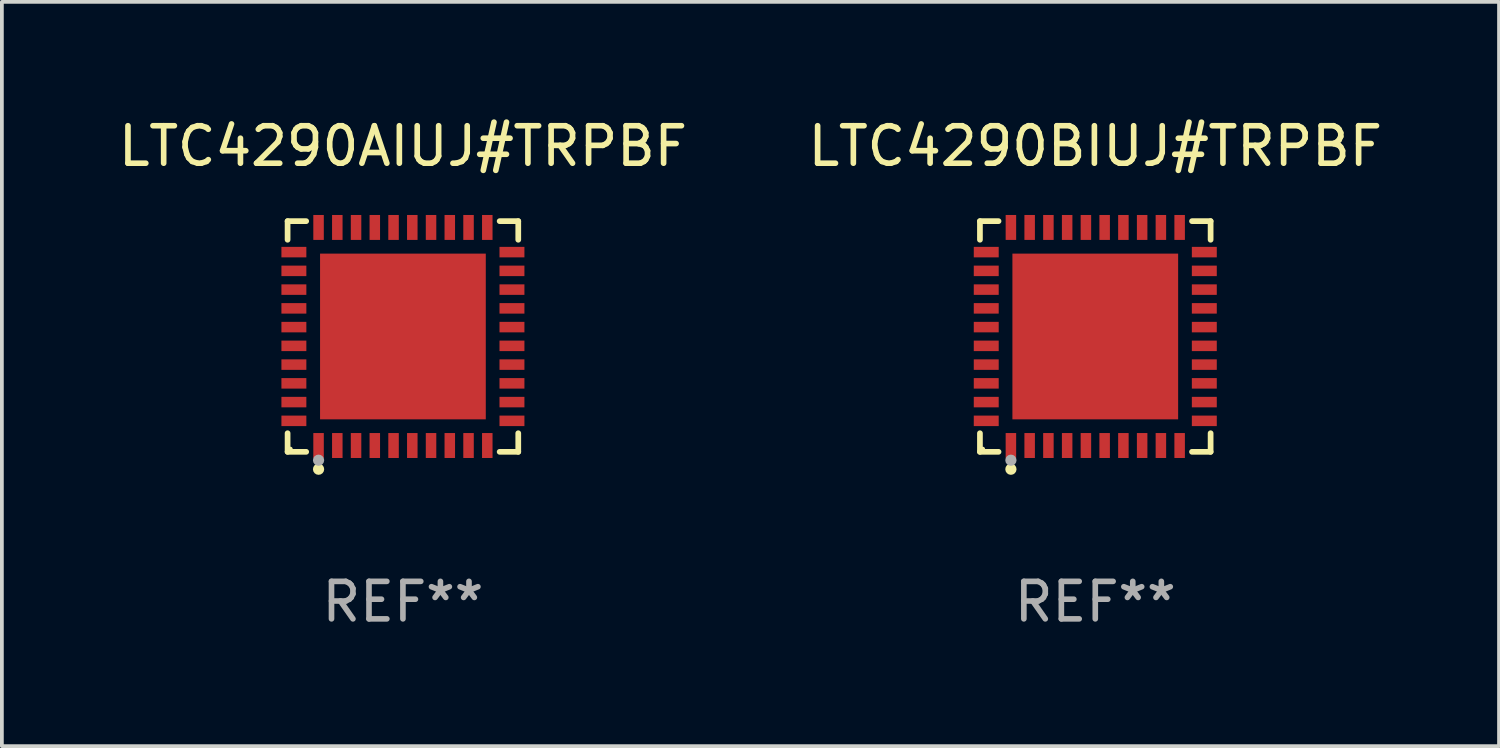
<source format=kicad_pcb>
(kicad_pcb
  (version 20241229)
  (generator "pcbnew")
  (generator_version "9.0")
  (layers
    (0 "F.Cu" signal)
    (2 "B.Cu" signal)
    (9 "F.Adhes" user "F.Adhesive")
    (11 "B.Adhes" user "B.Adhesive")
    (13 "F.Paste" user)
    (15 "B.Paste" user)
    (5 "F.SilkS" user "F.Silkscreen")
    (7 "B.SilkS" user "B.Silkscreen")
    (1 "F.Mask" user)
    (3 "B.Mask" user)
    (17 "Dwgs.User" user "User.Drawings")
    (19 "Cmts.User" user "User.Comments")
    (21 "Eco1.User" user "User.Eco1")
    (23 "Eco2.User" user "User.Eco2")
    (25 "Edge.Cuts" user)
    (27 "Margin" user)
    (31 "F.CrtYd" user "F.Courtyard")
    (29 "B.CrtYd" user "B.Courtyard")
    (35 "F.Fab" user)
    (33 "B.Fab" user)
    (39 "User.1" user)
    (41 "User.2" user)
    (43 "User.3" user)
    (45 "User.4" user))
  (footprint "LTC4290AIUJ#TRPBF"
    (layer "F.Cu")
    (at 7.696 5.924)
    (property "Reference" "LTC4290AIUJ#TRPBF" (at 0 -5.076 0) (layer "F.SilkS") (effects (font (size 1 1) (thickness 0.15))))
    (attr through_hole)
    (fp_line (start -3.076 -3.076) (end -2.58 -3.076) (stroke (width 0.152) (type solid)) (layer "F.SilkS"))
    (fp_line (start -3.076 -2.58) (end -3.076 -3.076) (stroke (width 0.152) (type solid)) (layer "F.SilkS"))
    (fp_line (start -3.076 2.58) (end -3.076 3.076) (stroke (width 0.152) (type solid)) (layer "F.SilkS"))
    (fp_line (start -3.076 3.076) (end -2.58 3.076) (stroke (width 0.152) (type solid)) (layer "F.SilkS"))
    (fp_line (start 3.076 -3.076) (end 2.58 -3.076) (stroke (width 0.152) (type solid)) (layer "F.SilkS"))
    (fp_line (start 3.076 -2.58) (end 3.076 -3.076) (stroke (width 0.152) (type solid)) (layer "F.SilkS"))
    (fp_line (start 3.076 2.58) (end 3.076 3.076) (stroke (width 0.152) (type solid)) (layer "F.SilkS"))
    (fp_line (start 3.076 3.076) (end 2.58 3.076) (stroke (width 0.152) (type solid)) (layer "F.SilkS"))
    (fp_circle (center -3 3) (end -2.97 3) (stroke (width 0.06) (type solid)) (fill no) (layer "F.SilkS"))
    (fp_circle (center -2.25 3.54) (end -2.175 3.54) (stroke (width 0.15) (type solid)) (fill no) (layer "F.SilkS"))
    (fp_circle (center -2.25 3.3) (end -2.175 3.3) (stroke (width 0.15) (type solid)) (fill no) (layer "F.Fab"))
    (fp_text user "REF**" (at 0 7.076 0) (layer "F.Fab") (effects (font (size 1 1) (thickness 0.15))))
    (pad "1" smd rect (at -2.25 2.908) (size 0.28 0.665) (layers "F.Cu" "F.Mask" "F.Paste"))
    (pad "2" smd rect (at -1.75 2.908) (size 0.28 0.665) (layers "F.Cu" "F.Mask" "F.Paste"))
    (pad "3" smd rect (at -1.25 2.908) (size 0.28 0.665) (layers "F.Cu" "F.Mask" "F.Paste"))
    (pad "4" smd rect (at -0.75 2.908) (size 0.28 0.665) (layers "F.Cu" "F.Mask" "F.Paste"))
    (pad "5" smd rect (at -0.25 2.908) (size 0.28 0.665) (layers "F.Cu" "F.Mask" "F.Paste"))
    (pad "6" smd rect (at 0.25 2.908) (size 0.28 0.665) (layers "F.Cu" "F.Mask" "F.Paste"))
    (pad "7" smd rect (at 0.75 2.908) (size 0.28 0.665) (layers "F.Cu" "F.Mask" "F.Paste"))
    (pad "8" smd rect (at 1.25 2.908) (size 0.28 0.665) (layers "F.Cu" "F.Mask" "F.Paste"))
    (pad "9" smd rect (at 1.75 2.908) (size 0.28 0.665) (layers "F.Cu" "F.Mask" "F.Paste"))
    (pad "10" smd rect (at 2.25 2.908) (size 0.28 0.665) (layers "F.Cu" "F.Mask" "F.Paste"))
    (pad "11" smd rect (at 2.908 2.25) (size 0.665 0.28) (layers "F.Cu" "F.Mask" "F.Paste"))
    (pad "12" smd rect (at 2.908 1.75) (size 0.665 0.28) (layers "F.Cu" "F.Mask" "F.Paste"))
    (pad "13" smd rect (at 2.908 1.25) (size 0.665 0.28) (layers "F.Cu" "F.Mask" "F.Paste"))
    (pad "14" smd rect (at 2.908 0.75) (size 0.665 0.28) (layers "F.Cu" "F.Mask" "F.Paste"))
    (pad "15" smd rect (at 2.908 0.25) (size 0.665 0.28) (layers "F.Cu" "F.Mask" "F.Paste"))
    (pad "16" smd rect (at 2.908 -0.25) (size 0.665 0.28) (layers "F.Cu" "F.Mask" "F.Paste"))
    (pad "17" smd rect (at 2.908 -0.75) (size 0.665 0.28) (layers "F.Cu" "F.Mask" "F.Paste"))
    (pad "18" smd rect (at 2.908 -1.25) (size 0.665 0.28) (layers "F.Cu" "F.Mask" "F.Paste"))
    (pad "19" smd rect (at 2.908 -1.75) (size 0.665 0.28) (layers "F.Cu" "F.Mask" "F.Paste"))
    (pad "20" smd rect (at 2.908 -2.25) (size 0.665 0.28) (layers "F.Cu" "F.Mask" "F.Paste"))
    (pad "21" smd rect (at 2.25 -2.908) (size 0.28 0.665) (layers "F.Cu" "F.Mask" "F.Paste"))
    (pad "22" smd rect (at 1.75 -2.908) (size 0.28 0.665) (layers "F.Cu" "F.Mask" "F.Paste"))
    (pad "23" smd rect (at 1.25 -2.908) (size 0.28 0.665) (layers "F.Cu" "F.Mask" "F.Paste"))
    (pad "24" smd rect (at 0.75 -2.908) (size 0.28 0.665) (layers "F.Cu" "F.Mask" "F.Paste"))
    (pad "25" smd rect (at 0.25 -2.908) (size 0.28 0.665) (layers "F.Cu" "F.Mask" "F.Paste"))
    (pad "26" smd rect (at -0.25 -2.908) (size 0.28 0.665) (layers "F.Cu" "F.Mask" "F.Paste"))
    (pad "27" smd rect (at -0.75 -2.908) (size 0.28 0.665) (layers "F.Cu" "F.Mask" "F.Paste"))
    (pad "28" smd rect (at -1.25 -2.908) (size 0.28 0.665) (layers "F.Cu" "F.Mask" "F.Paste"))
    (pad "29" smd rect (at -1.75 -2.908) (size 0.28 0.665) (layers "F.Cu" "F.Mask" "F.Paste"))
    (pad "30" smd rect (at -2.25 -2.908) (size 0.28 0.665) (layers "F.Cu" "F.Mask" "F.Paste"))
    (pad "31" smd rect (at -2.908 -2.25) (size 0.665 0.28) (layers "F.Cu" "F.Mask" "F.Paste"))
    (pad "32" smd rect (at -2.908 -1.75) (size 0.665 0.28) (layers "F.Cu" "F.Mask" "F.Paste"))
    (pad "33" smd rect (at -2.908 -1.25) (size 0.665 0.28) (layers "F.Cu" "F.Mask" "F.Paste"))
    (pad "34" smd rect (at -2.908 -0.75) (size 0.665 0.28) (layers "F.Cu" "F.Mask" "F.Paste"))
    (pad "35" smd rect (at -2.908 -0.25) (size 0.665 0.28) (layers "F.Cu" "F.Mask" "F.Paste"))
    (pad "36" smd rect (at -2.908 0.25) (size 0.665 0.28) (layers "F.Cu" "F.Mask" "F.Paste"))
    (pad "37" smd rect (at -2.908 0.75) (size 0.665 0.28) (layers "F.Cu" "F.Mask" "F.Paste"))
    (pad "38" smd rect (at -2.908 1.25) (size 0.665 0.28) (layers "F.Cu" "F.Mask" "F.Paste"))
    (pad "39" smd rect (at -2.908 1.75) (size 0.665 0.28) (layers "F.Cu" "F.Mask" "F.Paste"))
    (pad "40" smd rect (at -2.908 2.25) (size 0.665 0.28) (layers "F.Cu" "F.Mask" "F.Paste"))
    (pad "41" smd rect (at 0 0) (size 4.42 4.42) (layers "F.Cu" "F.Mask" "F.Paste")))
  (footprint "LTC4290BIUJ#TRPBF"
    (layer "F.Cu")
    (at 26.161 5.924)
    (property "Reference" "LTC4290BIUJ#TRPBF" (at 0 -5.076 0) (layer "F.SilkS") (effects (font (size 1 1) (thickness 0.15))))
    (attr through_hole)
    (fp_line (start -3.076 -3.076) (end -2.58 -3.076) (stroke (width 0.152) (type solid)) (layer "F.SilkS"))
    (fp_line (start -3.076 -2.58) (end -3.076 -3.076) (stroke (width 0.152) (type solid)) (layer "F.SilkS"))
    (fp_line (start -3.076 2.58) (end -3.076 3.076) (stroke (width 0.152) (type solid)) (layer "F.SilkS"))
    (fp_line (start -3.076 3.076) (end -2.58 3.076) (stroke (width 0.152) (type solid)) (layer "F.SilkS"))
    (fp_line (start 3.076 -3.076) (end 2.58 -3.076) (stroke (width 0.152) (type solid)) (layer "F.SilkS"))
    (fp_line (start 3.076 -2.58) (end 3.076 -3.076) (stroke (width 0.152) (type solid)) (layer "F.SilkS"))
    (fp_line (start 3.076 2.58) (end 3.076 3.076) (stroke (width 0.152) (type solid)) (layer "F.SilkS"))
    (fp_line (start 3.076 3.076) (end 2.58 3.076) (stroke (width 0.152) (type solid)) (layer "F.SilkS"))
    (fp_circle (center -3 3) (end -2.97 3) (stroke (width 0.06) (type solid)) (fill no) (layer "F.SilkS"))
    (fp_circle (center -2.25 3.54) (end -2.175 3.54) (stroke (width 0.15) (type solid)) (fill no) (layer "F.SilkS"))
    (fp_circle (center -2.25 3.3) (end -2.175 3.3) (stroke (width 0.15) (type solid)) (fill no) (layer "F.Fab"))
    (fp_text user "REF**" (at 0 7.076 0) (layer "F.Fab") (effects (font (size 1 1) (thickness 0.15))))
    (pad "1" smd rect (at -2.25 2.908) (size 0.28 0.665) (layers "F.Cu" "F.Mask" "F.Paste"))
    (pad "2" smd rect (at -1.75 2.908) (size 0.28 0.665) (layers "F.Cu" "F.Mask" "F.Paste"))
    (pad "3" smd rect (at -1.25 2.908) (size 0.28 0.665) (layers "F.Cu" "F.Mask" "F.Paste"))
    (pad "4" smd rect (at -0.75 2.908) (size 0.28 0.665) (layers "F.Cu" "F.Mask" "F.Paste"))
    (pad "5" smd rect (at -0.25 2.908) (size 0.28 0.665) (layers "F.Cu" "F.Mask" "F.Paste"))
    (pad "6" smd rect (at 0.25 2.908) (size 0.28 0.665) (layers "F.Cu" "F.Mask" "F.Paste"))
    (pad "7" smd rect (at 0.75 2.908) (size 0.28 0.665) (layers "F.Cu" "F.Mask" "F.Paste"))
    (pad "8" smd rect (at 1.25 2.908) (size 0.28 0.665) (layers "F.Cu" "F.Mask" "F.Paste"))
    (pad "9" smd rect (at 1.75 2.908) (size 0.28 0.665) (layers "F.Cu" "F.Mask" "F.Paste"))
    (pad "10" smd rect (at 2.25 2.908) (size 0.28 0.665) (layers "F.Cu" "F.Mask" "F.Paste"))
    (pad "11" smd rect (at 2.908 2.25) (size 0.665 0.28) (layers "F.Cu" "F.Mask" "F.Paste"))
    (pad "12" smd rect (at 2.908 1.75) (size 0.665 0.28) (layers "F.Cu" "F.Mask" "F.Paste"))
    (pad "13" smd rect (at 2.908 1.25) (size 0.665 0.28) (layers "F.Cu" "F.Mask" "F.Paste"))
    (pad "14" smd rect (at 2.908 0.75) (size 0.665 0.28) (layers "F.Cu" "F.Mask" "F.Paste"))
    (pad "15" smd rect (at 2.908 0.25) (size 0.665 0.28) (layers "F.Cu" "F.Mask" "F.Paste"))
    (pad "16" smd rect (at 2.908 -0.25) (size 0.665 0.28) (layers "F.Cu" "F.Mask" "F.Paste"))
    (pad "17" smd rect (at 2.908 -0.75) (size 0.665 0.28) (layers "F.Cu" "F.Mask" "F.Paste"))
    (pad "18" smd rect (at 2.908 -1.25) (size 0.665 0.28) (layers "F.Cu" "F.Mask" "F.Paste"))
    (pad "19" smd rect (at 2.908 -1.75) (size 0.665 0.28) (layers "F.Cu" "F.Mask" "F.Paste"))
    (pad "20" smd rect (at 2.908 -2.25) (size 0.665 0.28) (layers "F.Cu" "F.Mask" "F.Paste"))
    (pad "21" smd rect (at 2.25 -2.908) (size 0.28 0.665) (layers "F.Cu" "F.Mask" "F.Paste"))
    (pad "22" smd rect (at 1.75 -2.908) (size 0.28 0.665) (layers "F.Cu" "F.Mask" "F.Paste"))
    (pad "23" smd rect (at 1.25 -2.908) (size 0.28 0.665) (layers "F.Cu" "F.Mask" "F.Paste"))
    (pad "24" smd rect (at 0.75 -2.908) (size 0.28 0.665) (layers "F.Cu" "F.Mask" "F.Paste"))
    (pad "25" smd rect (at 0.25 -2.908) (size 0.28 0.665) (layers "F.Cu" "F.Mask" "F.Paste"))
    (pad "26" smd rect (at -0.25 -2.908) (size 0.28 0.665) (layers "F.Cu" "F.Mask" "F.Paste"))
    (pad "27" smd rect (at -0.75 -2.908) (size 0.28 0.665) (layers "F.Cu" "F.Mask" "F.Paste"))
    (pad "28" smd rect (at -1.25 -2.908) (size 0.28 0.665) (layers "F.Cu" "F.Mask" "F.Paste"))
    (pad "29" smd rect (at -1.75 -2.908) (size 0.28 0.665) (layers "F.Cu" "F.Mask" "F.Paste"))
    (pad "30" smd rect (at -2.25 -2.908) (size 0.28 0.665) (layers "F.Cu" "F.Mask" "F.Paste"))
    (pad "31" smd rect (at -2.908 -2.25) (size 0.665 0.28) (layers "F.Cu" "F.Mask" "F.Paste"))
    (pad "32" smd rect (at -2.908 -1.75) (size 0.665 0.28) (layers "F.Cu" "F.Mask" "F.Paste"))
    (pad "33" smd rect (at -2.908 -1.25) (size 0.665 0.28) (layers "F.Cu" "F.Mask" "F.Paste"))
    (pad "34" smd rect (at -2.908 -0.75) (size 0.665 0.28) (layers "F.Cu" "F.Mask" "F.Paste"))
    (pad "35" smd rect (at -2.908 -0.25) (size 0.665 0.28) (layers "F.Cu" "F.Mask" "F.Paste"))
    (pad "36" smd rect (at -2.908 0.25) (size 0.665 0.28) (layers "F.Cu" "F.Mask" "F.Paste"))
    (pad "37" smd rect (at -2.908 0.75) (size 0.665 0.28) (layers "F.Cu" "F.Mask" "F.Paste"))
    (pad "38" smd rect (at -2.908 1.25) (size 0.665 0.28) (layers "F.Cu" "F.Mask" "F.Paste"))
    (pad "39" smd rect (at -2.908 1.75) (size 0.665 0.28) (layers "F.Cu" "F.Mask" "F.Paste"))
    (pad "40" smd rect (at -2.908 2.25) (size 0.665 0.28) (layers "F.Cu" "F.Mask" "F.Paste"))
    (pad "41" smd rect (at 0 0) (size 4.42 4.42) (layers "F.Cu" "F.Mask" "F.Paste")))
  (gr_rect
    (start -3 -3)
    (end 36.929 16.849)
    (stroke (width 0.1) (type default))
    (fill no)
    (layer "Edge.Cuts")))
</source>
